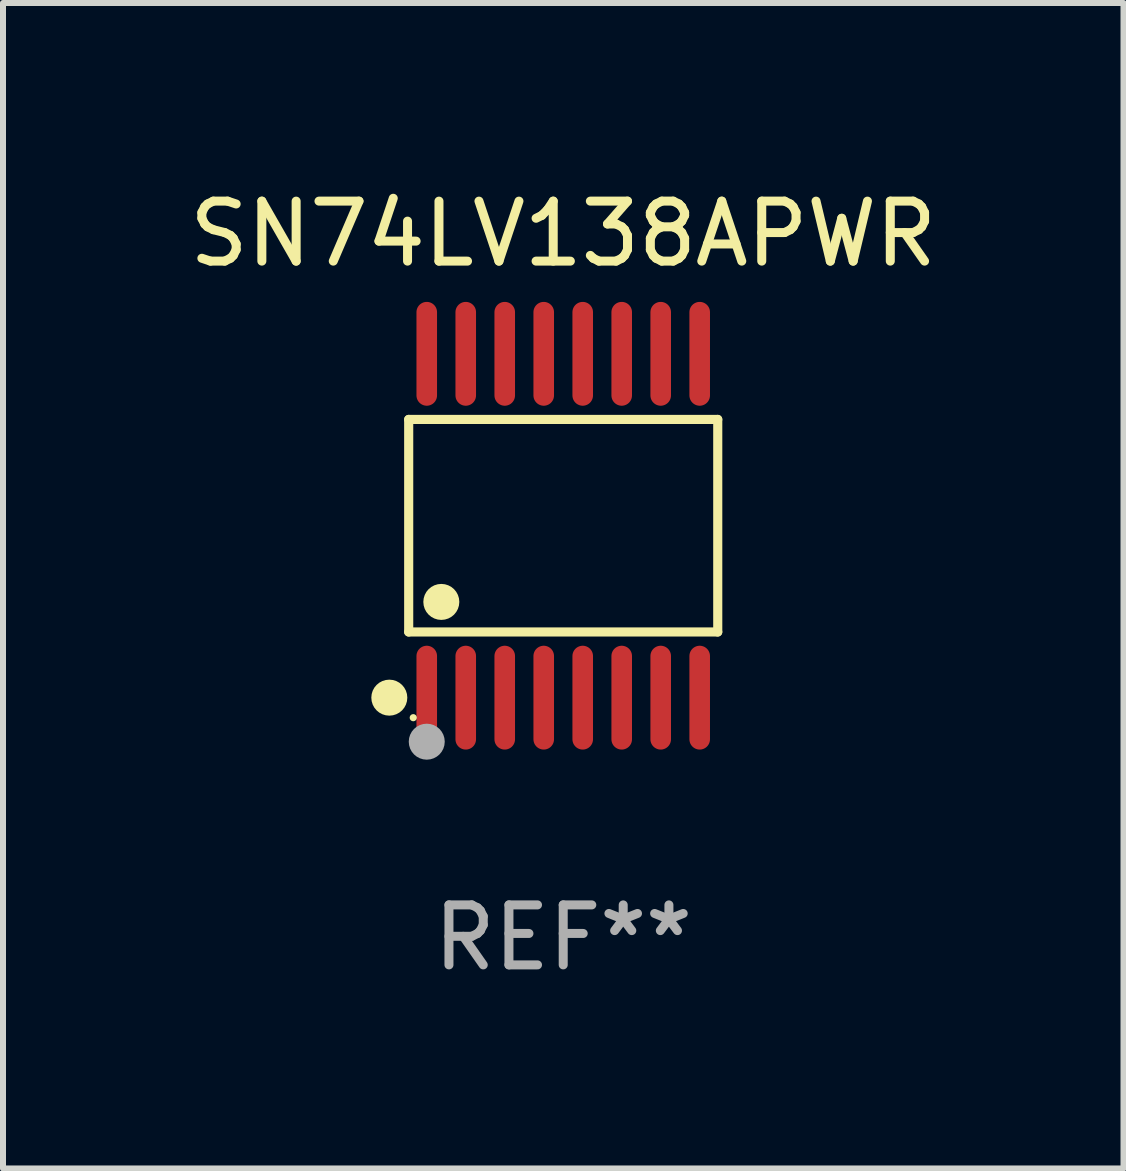
<source format=kicad_pcb>
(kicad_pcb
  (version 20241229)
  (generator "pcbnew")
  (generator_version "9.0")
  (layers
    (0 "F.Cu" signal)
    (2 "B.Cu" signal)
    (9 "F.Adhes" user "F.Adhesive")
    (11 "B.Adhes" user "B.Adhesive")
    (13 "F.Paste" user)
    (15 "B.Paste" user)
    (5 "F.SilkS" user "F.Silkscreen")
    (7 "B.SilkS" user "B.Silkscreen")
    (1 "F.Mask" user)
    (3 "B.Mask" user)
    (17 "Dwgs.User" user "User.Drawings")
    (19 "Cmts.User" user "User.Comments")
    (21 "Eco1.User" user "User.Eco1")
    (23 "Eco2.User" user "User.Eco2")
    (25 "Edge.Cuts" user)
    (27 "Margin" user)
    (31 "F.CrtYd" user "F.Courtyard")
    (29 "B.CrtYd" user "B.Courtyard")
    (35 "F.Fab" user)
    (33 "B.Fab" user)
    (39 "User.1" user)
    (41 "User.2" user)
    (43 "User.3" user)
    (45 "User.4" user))
  (footprint "SN74LV138APWR"
    (layer "F.Cu")
    (at 6.339 5.714)
    (property "Reference" "SN74LV138APWR" (at 0 -4.866 0) (layer "F.SilkS") (effects (font (size 1 1) (thickness 0.15))))
    (attr through_hole)
    (fp_line (start -2.576 -1.772) (end 2.576 -1.772) (stroke (width 0.152) (type solid)) (layer "F.SilkS"))
    (fp_line (start -2.576 1.771) (end -2.576 -1.772) (stroke (width 0.152) (type solid)) (layer "F.SilkS"))
    (fp_line (start 2.576 -1.772) (end 2.576 1.771) (stroke (width 0.152) (type solid)) (layer "F.SilkS"))
    (fp_line (start 2.576 1.771) (end -2.576 1.771) (stroke (width 0.152) (type solid)) (layer "F.SilkS"))
    (fp_circle (center -2.899 2.866) (end -2.749 2.866) (stroke (width 0.3) (type solid)) (fill no) (layer "F.SilkS"))
    (fp_circle (center -2.5 3.2) (end -2.47 3.2) (stroke (width 0.06) (type solid)) (fill no) (layer "F.SilkS"))
    (fp_circle (center -2.032 1.27) (end -1.882 1.27) (stroke (width 0.3) (type solid)) (fill no) (layer "F.SilkS"))
    (fp_circle (center -2.275 3.6) (end -2.125 3.6) (stroke (width 0.3) (type solid)) (fill no) (layer "F.Fab"))
    (fp_text user "REF**" (at 0 6.866 0) (layer "F.Fab") (effects (font (size 1 1) (thickness 0.15))))
    (pad "1" smd oval (at -2.275 2.866) (size 0.343 1.731) (layers "F.Cu" "F.Mask" "F.Paste"))
    (pad "2" smd oval (at -1.625 2.866) (size 0.343 1.731) (layers "F.Cu" "F.Mask" "F.Paste"))
    (pad "3" smd oval (at -0.975 2.866) (size 0.343 1.731) (layers "F.Cu" "F.Mask" "F.Paste"))
    (pad "4" smd oval (at -0.325 2.866) (size 0.343 1.731) (layers "F.Cu" "F.Mask" "F.Paste"))
    (pad "5" smd oval (at 0.325 2.866) (size 0.343 1.731) (layers "F.Cu" "F.Mask" "F.Paste"))
    (pad "6" smd oval (at 0.975 2.866) (size 0.343 1.731) (layers "F.Cu" "F.Mask" "F.Paste"))
    (pad "7" smd oval (at 1.625 2.866) (size 0.343 1.731) (layers "F.Cu" "F.Mask" "F.Paste"))
    (pad "8" smd oval (at 2.275 2.866) (size 0.343 1.731) (layers "F.Cu" "F.Mask" "F.Paste"))
    (pad "9" smd oval (at 2.275 -2.866) (size 0.343 1.731) (layers "F.Cu" "F.Mask" "F.Paste"))
    (pad "10" smd oval (at 1.625 -2.866) (size 0.343 1.731) (layers "F.Cu" "F.Mask" "F.Paste"))
    (pad "11" smd oval (at 0.975 -2.866) (size 0.343 1.731) (layers "F.Cu" "F.Mask" "F.Paste"))
    (pad "12" smd oval (at 0.325 -2.866) (size 0.343 1.731) (layers "F.Cu" "F.Mask" "F.Paste"))
    (pad "13" smd oval (at -0.325 -2.866) (size 0.343 1.731) (layers "F.Cu" "F.Mask" "F.Paste"))
    (pad "14" smd oval (at -0.975 -2.866) (size 0.343 1.731) (layers "F.Cu" "F.Mask" "F.Paste"))
    (pad "15" smd oval (at -1.625 -2.866) (size 0.343 1.731) (layers "F.Cu" "F.Mask" "F.Paste"))
    (pad "16" smd oval (at -2.275 -2.866) (size 0.343 1.731) (layers "F.Cu" "F.Mask" "F.Paste")))
  (gr_rect
    (start -3 -3)
    (end 15.679 16.428)
    (stroke (width 0.1) (type default))
    (fill no)
    (layer "Edge.Cuts")))
</source>
